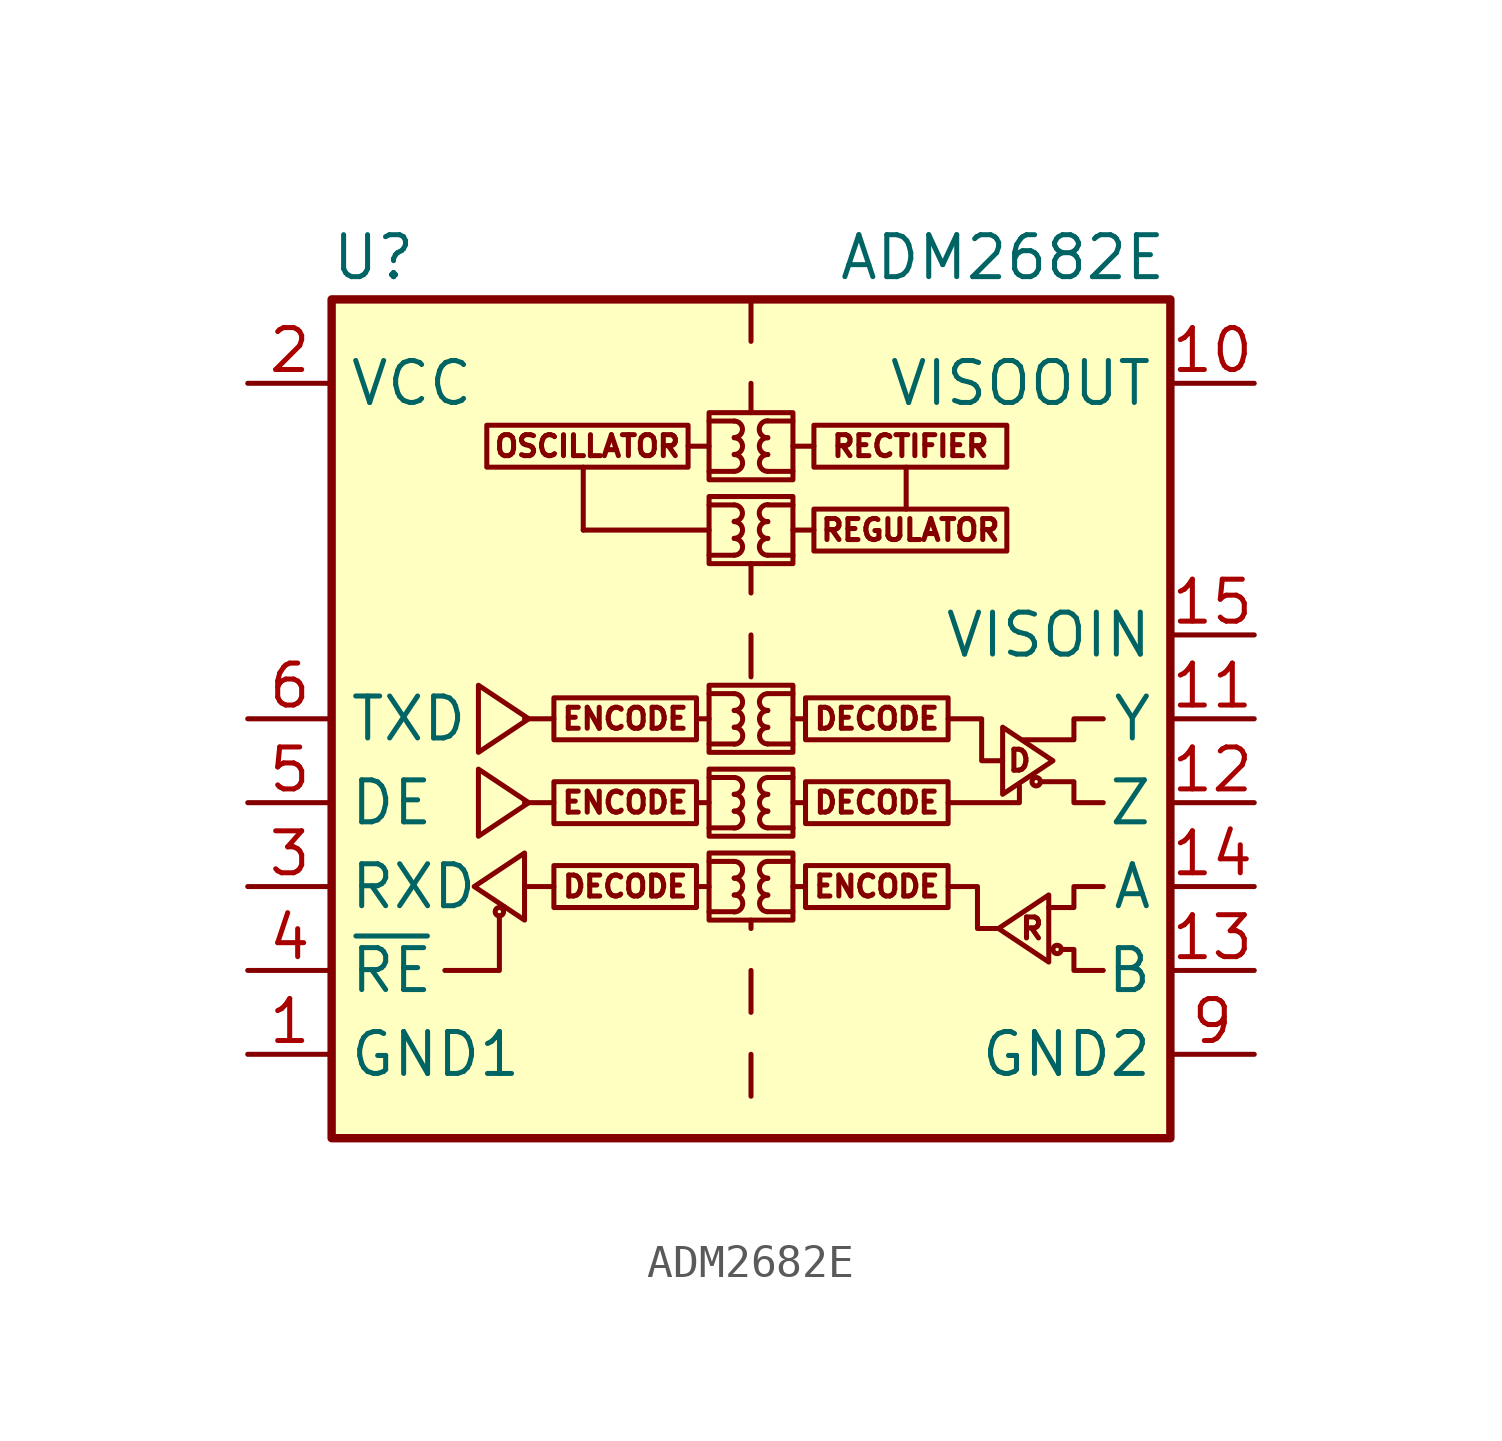
<source format=kicad_sym>
(kicad_symbol_lib
  (version 20201005)
  (generator kicad_symbol_editor)
  (symbol "ADM2682E"
    (property "Reference" "U"
      (at -11.43 13.97 0)
      (effects (font (size 1.27 1.27))))
    (property "Value" "ADM2682E"
      (at 7.62 13.97 0)
      (effects (font (size 1.27 1.27))))
    (symbol "ADM2682E_0_0"
      (text "D" (at 8.128 -1.27 0) (effects (font (size 0.635 0.635))))
      (text "R" (at 8.509 -6.35 0) (effects (font (size 0.635 0.635)))))
    (symbol "ADM2682E_0_1"
      (circle (center -7.62 -5.842) (radius 0.127) (stroke (width 0)) (fill (type none)))
      (polyline (pts (xy -9.271 -7.62) (xy -7.62 -7.62) (xy -7.62 -5.969)) (stroke (width 0)) (fill (type none)))
      (polyline (pts (xy 5.969 -2.54) (xy 8.128 -2.54) (xy 8.128 -2.032)) (stroke (width 0)) (fill (type none)))
      (polyline (pts (xy 7.493 -6.35) (xy 6.858 -6.35) (xy 6.858 -5.08) (xy 5.969 -5.08)) (stroke (width 0)) (fill (type none)))
      (polyline (pts (xy 7.62 -1.27) (xy 6.985 -1.27) (xy 6.985 0) (xy 5.969 0)) (stroke (width 0)) (fill (type none)))
      (polyline (pts (xy 9.017 -5.715) (xy 9.779 -5.715) (xy 9.779 -5.08) (xy 10.668 -5.08)) (stroke (width 0)) (fill (type none)))
      (polyline (pts (xy 9.398 -6.985) (xy 9.779 -6.985) (xy 9.779 -7.62) (xy 10.668 -7.62)) (stroke (width 0)) (fill (type none)))
      (polyline (pts (xy 10.668 -2.54) (xy 9.779 -2.54) (xy 9.779 -1.905) (xy 8.763 -1.905)) (stroke (width 0)) (fill (type none)))
      (polyline (pts (xy 10.668 0) (xy 9.779 0) (xy 9.779 -0.635) (xy 8.255 -0.635)) (stroke (width 0)) (fill (type none))))
    (symbol "ADM2682E_1_0"
      (arc (start -0.508 -5.842) (end -0.508 -5.334) (radius (at -0.508 -5.588) (length 0.254) (angles -89.9 89.9)) (stroke (width 0)) (fill (type none)))
      (arc (start -0.508 -5.334) (end -0.508 -4.826) (radius (at -0.508 -5.08) (length 0.254) (angles -89.9 89.9)) (stroke (width 0)) (fill (type none)))
      (arc (start -0.508 -4.826) (end -0.508 -4.318) (radius (at -0.508 -4.572) (length 0.254) (angles -89.9 89.9)) (stroke (width 0)) (fill (type none)))
      (arc (start -0.508 -3.302) (end -0.508 -2.794) (radius (at -0.508 -3.048) (length 0.254) (angles -89.9 89.9)) (stroke (width 0)) (fill (type none)))
      (arc (start -0.508 -2.794) (end -0.508 -2.286) (radius (at -0.508 -2.54) (length 0.254) (angles -89.9 89.9)) (stroke (width 0)) (fill (type none)))
      (arc (start -0.508 -2.286) (end -0.508 -1.778) (radius (at -0.508 -2.032) (length 0.254) (angles -89.9 89.9)) (stroke (width 0)) (fill (type none)))
      (arc (start -0.508 -0.762) (end -0.508 -0.254) (radius (at -0.508 -0.508) (length 0.254) (angles -89.9 89.9)) (stroke (width 0)) (fill (type none)))
      (arc (start -0.508 -0.254) (end -0.508 0.254) (radius (at -0.508 0) (length 0.254) (angles -89.9 89.9)) (stroke (width 0)) (fill (type none)))
      (arc (start -0.508 0.254) (end -0.508 0.762) (radius (at -0.508 0.508) (length 0.254) (angles -89.9 89.9)) (stroke (width 0)) (fill (type none)))
      (arc (start -0.508 4.953) (end -0.508 5.461) (radius (at -0.508 5.207) (length 0.254) (angles -89.9 89.9)) (stroke (width 0)) (fill (type none)))
      (arc (start -0.508 5.461) (end -0.508 5.969) (radius (at -0.508 5.715) (length 0.254) (angles -89.9 89.9)) (stroke (width 0)) (fill (type none)))
      (arc (start -0.508 5.969) (end -0.508 6.477) (radius (at -0.508 6.223) (length 0.254) (angles -89.9 89.9)) (stroke (width 0)) (fill (type none)))
      (arc (start -0.508 7.493) (end -0.508 8.001) (radius (at -0.508 7.747) (length 0.254) (angles -89.9 89.9)) (stroke (width 0)) (fill (type none)))
      (arc (start -0.508 8.001) (end -0.508 8.509) (radius (at -0.508 8.255) (length 0.254) (angles -89.9 89.9)) (stroke (width 0)) (fill (type none)))
      (arc (start -0.508 8.509) (end -0.508 9.017) (radius (at -0.508 8.763) (length 0.254) (angles -89.9 89.9)) (stroke (width 0)) (fill (type none)))
      (arc (start 0.508 -5.334) (end 0.508 -5.842) (radius (at 0.508 -5.588) (length 0.254) (angles 90.1 -90.1)) (stroke (width 0)) (fill (type none)))
      (arc (start 0.508 -4.826) (end 0.508 -5.334) (radius (at 0.508 -5.08) (length 0.254) (angles 90.1 -90.1)) (stroke (width 0)) (fill (type none)))
      (arc (start 0.508 -4.318) (end 0.508 -4.826) (radius (at 0.508 -4.572) (length 0.254) (angles 90.1 -90.1)) (stroke (width 0)) (fill (type none)))
      (arc (start 0.508 -2.794) (end 0.508 -3.302) (radius (at 0.508 -3.048) (length 0.254) (angles 90.1 -90.1)) (stroke (width 0)) (fill (type none)))
      (arc (start 0.508 -2.286) (end 0.508 -2.794) (radius (at 0.508 -2.54) (length 0.254) (angles 90.1 -90.1)) (stroke (width 0)) (fill (type none)))
      (arc (start 0.508 -1.778) (end 0.508 -2.286) (radius (at 0.508 -2.032) (length 0.254) (angles 90.1 -90.1)) (stroke (width 0)) (fill (type none)))
      (arc (start 0.508 -0.254) (end 0.508 -0.762) (radius (at 0.508 -0.508) (length 0.254) (angles 90.1 -90.1)) (stroke (width 0)) (fill (type none)))
      (arc (start 0.508 0.254) (end 0.508 -0.254) (radius (at 0.508 0) (length 0.254) (angles 90.1 -90.1)) (stroke (width 0)) (fill (type none)))
      (arc (start 0.508 0.762) (end 0.508 0.254) (radius (at 0.508 0.508) (length 0.254) (angles 90.1 -90.1)) (stroke (width 0)) (fill (type none)))
      (arc (start 0.508 5.461) (end 0.508 4.953) (radius (at 0.508 5.207) (length 0.254) (angles 90.1 -90.1)) (stroke (width 0)) (fill (type none)))
      (arc (start 0.508 5.969) (end 0.508 5.461) (radius (at 0.508 5.715) (length 0.254) (angles 90.1 -90.1)) (stroke (width 0)) (fill (type none)))
      (arc (start 0.508 6.477) (end 0.508 5.969) (radius (at 0.508 6.223) (length 0.254) (angles 90.1 -90.1)) (stroke (width 0)) (fill (type none)))
      (arc (start 0.508 8.001) (end 0.508 7.493) (radius (at 0.508 7.747) (length 0.254) (angles 90.1 -90.1)) (stroke (width 0)) (fill (type none)))
      (arc (start 0.508 8.509) (end 0.508 8.001) (radius (at 0.508 8.255) (length 0.254) (angles 90.1 -90.1)) (stroke (width 0)) (fill (type none)))
      (arc (start 0.508 9.017) (end 0.508 8.509) (radius (at 0.508 8.763) (length 0.254) (angles 90.1 -90.1)) (stroke (width 0)) (fill (type none)))
      (text "DECODE" (at -3.81 -5.08 0) (effects (font (size 0.635 0.635))))
      (text "DECODE" (at 3.81 -2.54 0) (effects (font (size 0.635 0.635))))
      (text "DECODE" (at 3.81 0 0) (effects (font (size 0.635 0.635))))
      (text "ENCODE" (at -3.81 -2.54 0) (effects (font (size 0.635 0.635))))
      (text "ENCODE" (at -3.81 0 0) (effects (font (size 0.635 0.635))))
      (text "ENCODE" (at 3.81 -5.08 0) (effects (font (size 0.635 0.635))))
      (text "OSCILLATOR" (at -4.953 8.255 0) (effects (font (size 0.635 0.635))))
      (text "RECTIFIER" (at 4.826 8.255 0) (effects (font (size 0.635 0.635))))
      (text "REGULATOR" (at 4.826 5.715 0) (effects (font (size 0.635 0.635))))
      (rectangle (start -1.27 -4.064) (end 1.27 -6.096) (stroke (width 0)) (fill (type none)))
      (rectangle (start -1.27 -1.524) (end 1.27 -3.556) (stroke (width 0)) (fill (type none)))
      (rectangle (start -1.27 1.016) (end 1.27 -1.016) (stroke (width 0)) (fill (type none)))
      (rectangle (start -1.27 6.731) (end 1.27 4.699) (stroke (width 0)) (fill (type none)))
      (rectangle (start -1.27 9.271) (end 1.27 7.239) (stroke (width 0)) (fill (type none)))
      (rectangle (start 1.651 -4.445) (end 5.969 -5.715) (stroke (width 0)) (fill (type none)))
      (rectangle (start 1.651 -1.905) (end 5.969 -3.175) (stroke (width 0)) (fill (type none)))
      (rectangle (start 1.651 0.635) (end 5.969 -0.635) (stroke (width 0)) (fill (type none)))
      (rectangle (start 1.905 6.35) (end 7.747 5.08) (stroke (width 0)) (fill (type none)))
      (rectangle (start 1.905 8.89) (end 7.747 7.62) (stroke (width 0)) (fill (type none)))
      (polyline (pts (xy -5.969 -5.08) (xy -6.858 -5.08)) (stroke (width 0)) (fill (type none)))
      (polyline (pts (xy -5.969 -2.54) (xy -6.858 -2.54)) (stroke (width 0)) (fill (type none)))
      (polyline (pts (xy -5.969 0) (xy -6.858 0)) (stroke (width 0)) (fill (type none)))
      (polyline (pts (xy -5.08 5.715) (xy -5.08 7.62)) (stroke (width 0)) (fill (type none)))
      (polyline (pts (xy -5.08 5.715) (xy -1.27 5.715)) (stroke (width 0)) (fill (type none)))
      (polyline (pts (xy -1.905 8.255) (xy -1.27 8.255)) (stroke (width 0)) (fill (type none)))
      (polyline (pts (xy -1.651 -5.08) (xy -1.27 -5.08)) (stroke (width 0)) (fill (type none)))
      (polyline (pts (xy -1.651 -2.54) (xy -1.27 -2.54)) (stroke (width 0)) (fill (type none)))
      (polyline (pts (xy -1.651 0) (xy -1.27 0)) (stroke (width 0)) (fill (type none)))
      (polyline (pts (xy -1.27 -5.842) (xy -0.508 -5.842)) (stroke (width 0)) (fill (type none)))
      (polyline (pts (xy -1.27 -4.318) (xy -0.508 -4.318)) (stroke (width 0)) (fill (type none)))
      (polyline (pts (xy -1.27 -3.302) (xy -0.508 -3.302)) (stroke (width 0)) (fill (type none)))
      (polyline (pts (xy -1.27 -1.778) (xy -0.508 -1.778)) (stroke (width 0)) (fill (type none)))
      (polyline (pts (xy -1.27 -0.762) (xy -0.508 -0.762)) (stroke (width 0)) (fill (type none)))
      (polyline (pts (xy -1.27 0.762) (xy -0.508 0.762)) (stroke (width 0)) (fill (type none)))
      (polyline (pts (xy -1.27 4.953) (xy -0.508 4.953)) (stroke (width 0)) (fill (type none)))
      (polyline (pts (xy -1.27 6.477) (xy -0.508 6.477)) (stroke (width 0)) (fill (type none)))
      (polyline (pts (xy -1.27 7.493) (xy -0.508 7.493)) (stroke (width 0)) (fill (type none)))
      (polyline (pts (xy -1.27 9.017) (xy -0.508 9.017)) (stroke (width 0)) (fill (type none)))
      (polyline (pts (xy 0 -11.43) (xy 0 -10.16)) (stroke (width 0)) (fill (type none)))
      (polyline (pts (xy 0 -8.89) (xy 0 -7.62)) (stroke (width 0)) (fill (type none)))
      (polyline (pts (xy 0 -6.35) (xy 0 -6.096)) (stroke (width 0)) (fill (type none)))
      (polyline (pts (xy 0 1.27) (xy 0 2.54)) (stroke (width 0)) (fill (type none)))
      (polyline (pts (xy 0 3.81) (xy 0 4.699)) (stroke (width 0)) (fill (type none)))
      (polyline (pts (xy 0 9.271) (xy 0 10.16)) (stroke (width 0)) (fill (type none)))
      (polyline (pts (xy 0 12.7) (xy 0 11.43)) (stroke (width 0)) (fill (type none)))
      (polyline (pts (xy 1.27 -5.842) (xy 0.508 -5.842)) (stroke (width 0)) (fill (type none)))
      (polyline (pts (xy 1.27 -4.318) (xy 0.508 -4.318)) (stroke (width 0)) (fill (type none)))
      (polyline (pts (xy 1.27 -3.302) (xy 0.508 -3.302)) (stroke (width 0)) (fill (type none)))
      (polyline (pts (xy 1.27 -1.778) (xy 0.508 -1.778)) (stroke (width 0)) (fill (type none)))
      (polyline (pts (xy 1.27 -0.762) (xy 0.508 -0.762)) (stroke (width 0)) (fill (type none)))
      (polyline (pts (xy 1.27 0.762) (xy 0.508 0.762)) (stroke (width 0)) (fill (type none)))
      (polyline (pts (xy 1.27 4.953) (xy 0.508 4.953)) (stroke (width 0)) (fill (type none)))
      (polyline (pts (xy 1.27 6.477) (xy 0.508 6.477)) (stroke (width 0)) (fill (type none)))
      (polyline (pts (xy 1.27 7.493) (xy 0.508 7.493)) (stroke (width 0)) (fill (type none)))
      (polyline (pts (xy 1.27 9.017) (xy 0.508 9.017)) (stroke (width 0)) (fill (type none)))
      (polyline (pts (xy 1.651 -5.08) (xy 1.27 -5.08)) (stroke (width 0)) (fill (type none)))
      (polyline (pts (xy 1.651 -2.54) (xy 1.27 -2.54)) (stroke (width 0)) (fill (type none)))
      (polyline (pts (xy 1.651 0) (xy 1.27 0)) (stroke (width 0)) (fill (type none)))
      (polyline (pts (xy 1.905 5.715) (xy 1.27 5.715)) (stroke (width 0)) (fill (type none)))
      (polyline (pts (xy 1.905 8.255) (xy 1.27 8.255)) (stroke (width 0)) (fill (type none)))
      (polyline (pts (xy 4.699 6.35) (xy 4.699 7.62)) (stroke (width 0)) (fill (type none))))
    (symbol "ADM2682E_1_1"
      (circle (center 8.636 -1.905) (radius 0.127) (stroke (width 0)) (fill (type none)))
      (circle (center 9.271 -6.985) (radius 0.127) (stroke (width 0)) (fill (type none)))
      (rectangle (start -1.905 8.89) (end -8.001 7.62) (stroke (width 0)) (fill (type none)))
      (rectangle (start -1.651 -4.445) (end -5.969 -5.715) (stroke (width 0)) (fill (type none)))
      (rectangle (start -1.651 -1.905) (end -5.969 -3.175) (stroke (width 0)) (fill (type none)))
      (rectangle (start -1.651 0.635) (end -5.969 -0.635) (stroke (width 0)) (fill (type none)))
      (rectangle (start -12.7 12.7) (end 12.7 -12.7) (stroke (width 0.254)) (fill (type background)))
      (polyline (pts (xy -8.382 -5.08) (xy -6.858 -4.064) (xy -6.858 -6.096) (xy -8.382 -5.08)) (stroke (width 0)) (fill (type none)))
      (polyline (pts (xy -6.731 -2.54) (xy -8.255 -1.524) (xy -8.255 -3.556) (xy -6.731 -2.54)) (stroke (width 0)) (fill (type none)))
      (polyline (pts (xy -6.731 0) (xy -8.255 1.016) (xy -8.255 -1.016) (xy -6.731 0)) (stroke (width 0)) (fill (type none)))
      (polyline (pts (xy 7.493 -6.35) (xy 9.017 -5.334) (xy 9.017 -7.366) (xy 7.493 -6.35)) (stroke (width 0)) (fill (type none)))
      (polyline (pts (xy 9.144 -1.27) (xy 7.62 -0.254) (xy 7.62 -2.286) (xy 9.144 -1.27)) (stroke (width 0)) (fill (type none)))
      (pin power_in line (at -15.24 -10.16 0) (length 2.54) (name "GND1" (effects (font (size 1.27 1.27)))) (number "1" (effects (font (size 1.27 1.27)))))
      (pin power_in line (at 15.24 10.16 180) (length 2.54) (name "VISOOUT" (effects (font (size 1.27 1.27)))) (number "10" (effects (font (size 1.27 1.27)))))
      (pin output line (at 15.24 0 180) (length 2.54) (name "Y" (effects (font (size 1.27 1.27)))) (number "11" (effects (font (size 1.27 1.27)))))
      (pin output line (at 15.24 -2.54 180) (length 2.54) (name "Z" (effects (font (size 1.27 1.27)))) (number "12" (effects (font (size 1.27 1.27)))))
      (pin input line (at 15.24 -7.62 180) (length 2.54) (name "B" (effects (font (size 1.27 1.27)))) (number "13" (effects (font (size 1.27 1.27)))))
      (pin input line (at 15.24 -5.08 180) (length 2.54) (name "A" (effects (font (size 1.27 1.27)))) (number "14" (effects (font (size 1.27 1.27)))))
      (pin power_in line (at 15.24 2.54 180) (length 2.54) (name "VISOIN" (effects (font (size 1.27 1.27)))) (number "15" (effects (font (size 1.27 1.27)))))
      (pin passive line (at 15.24 -10.16 180) (length 2.54) hide (name "GND2" (effects (font (size 1.27 1.27)))) (number "16" (effects (font (size 1.27 1.27)))))
      (pin power_in line (at -15.24 10.16 0) (length 2.54) (name "VCC" (effects (font (size 1.27 1.27)))) (number "2" (effects (font (size 1.27 1.27)))))
      (pin output line (at -15.24 -5.08 0) (length 2.54) (name "RXD" (effects (font (size 1.27 1.27)))) (number "3" (effects (font (size 1.27 1.27)))))
      (pin input line (at -15.24 -7.62 0) (length 2.54) (name "~RE" (effects (font (size 1.27 1.27)))) (number "4" (effects (font (size 1.27 1.27)))))
      (pin input line (at -15.24 -2.54 0) (length 2.54) (name "DE" (effects (font (size 1.27 1.27)))) (number "5" (effects (font (size 1.27 1.27)))))
      (pin input line (at -15.24 0 0) (length 2.54) (name "TXD" (effects (font (size 1.27 1.27)))) (number "6" (effects (font (size 1.27 1.27)))))
      (pin passive line (at -15.24 10.16 0) (length 2.54) hide (name "VCC" (effects (font (size 1.27 1.27)))) (number "7" (effects (font (size 1.27 1.27)))))
      (pin passive line (at -15.24 -10.16 0) (length 2.54) hide (name "GND1" (effects (font (size 1.27 1.27)))) (number "8" (effects (font (size 1.27 1.27)))))
      (pin power_in line (at 15.24 -10.16 180) (length 2.54) (name "GND2" (effects (font (size 1.27 1.27)))) (number "9" (effects (font (size 1.27 1.27))))))))
</source>
